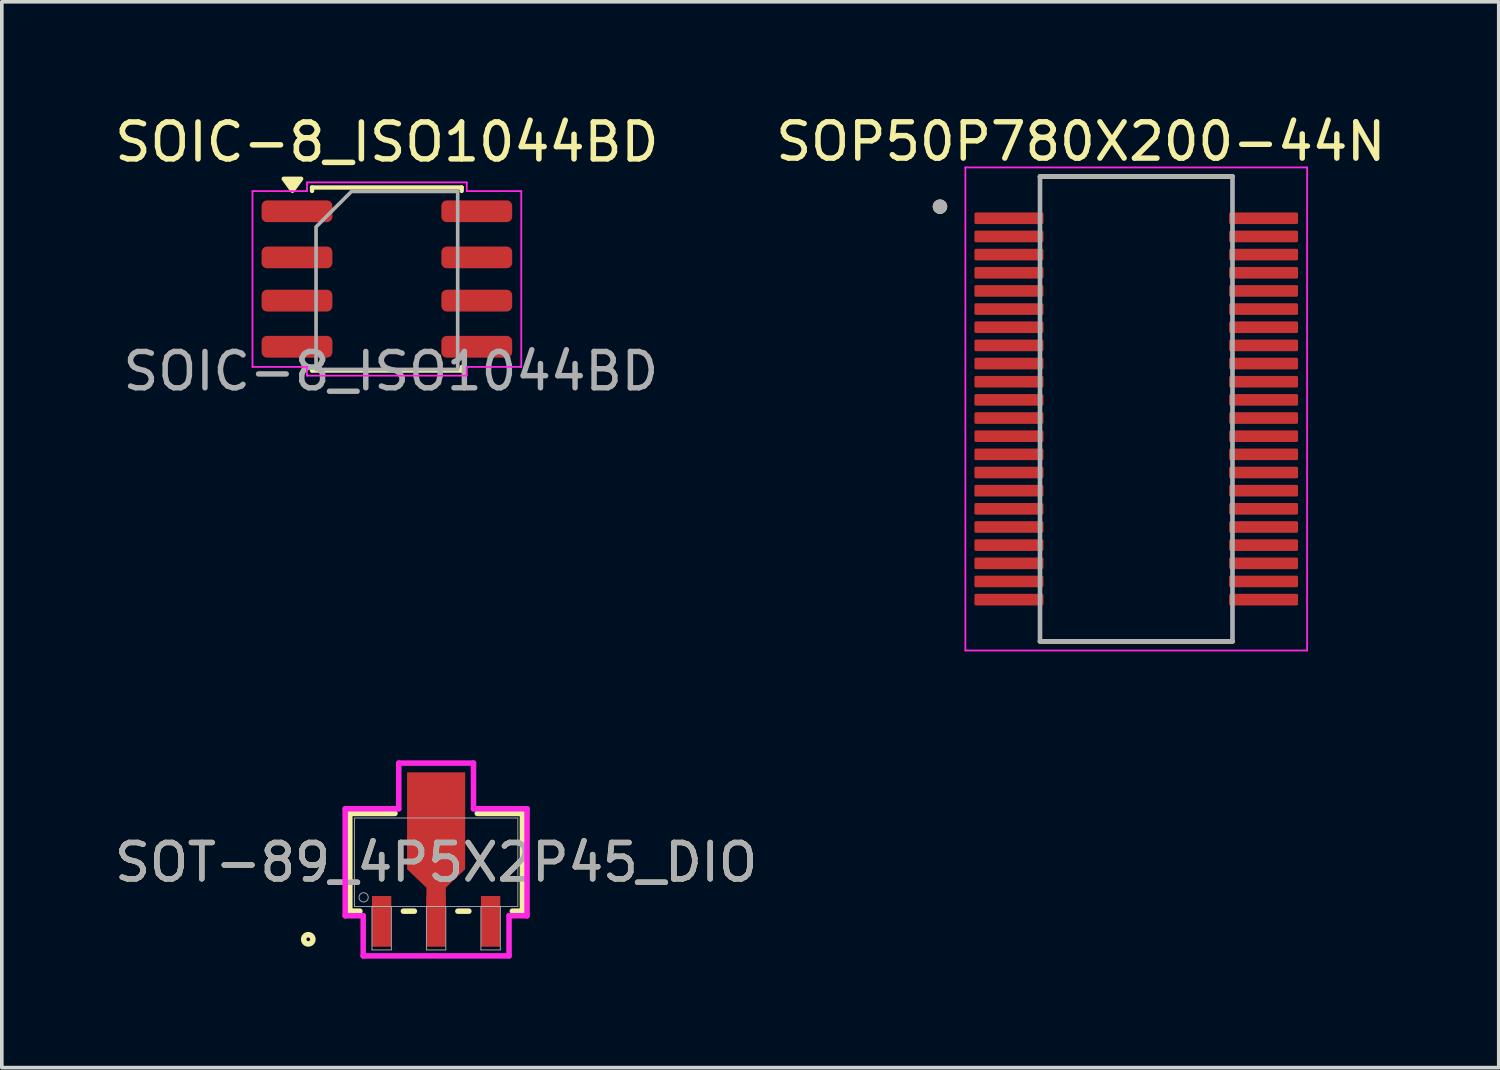
<source format=kicad_pcb>
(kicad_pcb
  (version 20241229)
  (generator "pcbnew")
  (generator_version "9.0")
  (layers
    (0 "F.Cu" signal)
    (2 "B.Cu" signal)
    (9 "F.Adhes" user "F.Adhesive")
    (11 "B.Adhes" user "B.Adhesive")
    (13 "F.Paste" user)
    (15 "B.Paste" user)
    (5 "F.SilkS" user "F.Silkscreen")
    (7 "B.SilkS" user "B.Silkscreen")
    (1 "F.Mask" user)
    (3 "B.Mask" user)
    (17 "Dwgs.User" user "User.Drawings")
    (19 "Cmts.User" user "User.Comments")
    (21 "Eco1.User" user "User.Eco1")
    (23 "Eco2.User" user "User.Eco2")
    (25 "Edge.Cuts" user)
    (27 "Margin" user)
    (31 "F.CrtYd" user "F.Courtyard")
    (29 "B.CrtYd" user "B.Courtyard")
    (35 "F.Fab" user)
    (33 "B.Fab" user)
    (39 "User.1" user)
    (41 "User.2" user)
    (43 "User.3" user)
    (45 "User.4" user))
  (footprint "SOIC-8_ISO1044BD"
    (layer "F.Cu")
    (at 7.602 4.672)
    (property "Reference" "SOIC-8_ISO1044BD" (at 0 -3.81 0) (unlocked yes) (layer "F.SilkS") (effects (font (size 1.016 1.016) (thickness 0.152))))
    (attr smd)
    (fp_line (start -2.06 -2.56) (end 2.06 -2.56) (stroke (width 0.12) (type solid)) (layer "F.SilkS"))
    (fp_line (start -2.06 -2.465) (end -2.06 -2.56) (stroke (width 0.12) (type solid)) (layer "F.SilkS"))
    (fp_line (start -2.06 2.48) (end -2.06 2.385) (stroke (width 0.12) (type solid)) (layer "F.SilkS"))
    (fp_line (start 2.06 -2.56) (end 2.06 -2.465) (stroke (width 0.12) (type solid)) (layer "F.SilkS"))
    (fp_line (start 2.06 2.385) (end 2.06 2.48) (stroke (width 0.12) (type solid)) (layer "F.SilkS"))
    (fp_line (start 2.06 2.48) (end -2.06 2.48) (stroke (width 0.12) (type solid)) (layer "F.SilkS"))
    (fp_poly (pts (xy -2.6 -2.47) (xy -2.84 -2.8) (xy -2.36 -2.8)) (stroke (width 0.12) (type solid)) (fill yes) (layer "F.SilkS"))
    (fp_line (start -3.7 -2.46) (end -2.2 -2.46) (stroke (width 0.05) (type solid)) (layer "F.CrtYd"))
    (fp_line (start -3.7 2.38) (end -3.7 -2.46) (stroke (width 0.05) (type solid)) (layer "F.CrtYd"))
    (fp_line (start -2.2 -2.7) (end 2.2 -2.7) (stroke (width 0.05) (type solid)) (layer "F.CrtYd"))
    (fp_line (start -2.2 -2.46) (end -2.2 -2.7) (stroke (width 0.05) (type solid)) (layer "F.CrtYd"))
    (fp_line (start -2.2 2.38) (end -3.7 2.38) (stroke (width 0.05) (type solid)) (layer "F.CrtYd"))
    (fp_line (start -2.2 2.62) (end -2.2 2.38) (stroke (width 0.05) (type solid)) (layer "F.CrtYd"))
    (fp_line (start 2.2 -2.7) (end 2.2 -2.46) (stroke (width 0.05) (type solid)) (layer "F.CrtYd"))
    (fp_line (start 2.2 -2.46) (end 3.7 -2.46) (stroke (width 0.05) (type solid)) (layer "F.CrtYd"))
    (fp_line (start 2.2 2.38) (end 2.2 2.62) (stroke (width 0.05) (type solid)) (layer "F.CrtYd"))
    (fp_line (start 2.2 2.62) (end -2.2 2.62) (stroke (width 0.05) (type solid)) (layer "F.CrtYd"))
    (fp_line (start 3.7 -2.46) (end 3.7 2.38) (stroke (width 0.05) (type solid)) (layer "F.CrtYd"))
    (fp_line (start 3.7 2.38) (end 2.2 2.38) (stroke (width 0.05) (type solid)) (layer "F.CrtYd"))
    (fp_poly (pts (xy -0.975 -2.45) (xy 1.95 -2.45) (xy 1.95 2.45) (xy -1.95 2.45) (xy -1.95 -1.475)) (stroke (width 0.1) (type solid)) (fill no) (layer "F.Fab"))
    (fp_text user "${REFERENCE}" (at 0.11 2.5 0) (unlocked yes) (layer "F.Fab") (effects (font (size 1 1) (thickness 0.15))))
    (pad "1" smd roundrect (at -2.475 -1.905) (size 1.95 0.6) (layers "F.Cu" "F.Mask" "F.Paste") (roundrect_rratio 0.25))
    (pad "2" smd roundrect (at -2.475 -0.635) (size 1.95 0.6) (layers "F.Cu" "F.Mask" "F.Paste") (roundrect_rratio 0.25))
    (pad "3" smd roundrect (at -2.475 0.555) (size 1.95 0.6) (layers "F.Cu" "F.Mask" "F.Paste") (roundrect_rratio 0.25))
    (pad "4" smd roundrect (at -2.475 1.825) (size 1.95 0.6) (layers "F.Cu" "F.Mask" "F.Paste") (roundrect_rratio 0.25))
    (pad "5" smd roundrect (at 2.475 1.825) (size 1.95 0.6) (layers "F.Cu" "F.Mask" "F.Paste") (roundrect_rratio 0.25))
    (pad "6" smd roundrect (at 2.475 0.555) (size 1.95 0.6) (layers "F.Cu" "F.Mask" "F.Paste") (roundrect_rratio 0.25))
    (pad "7" smd roundrect (at 2.475 -0.635) (size 1.95 0.6) (layers "F.Cu" "F.Mask" "F.Paste") (roundrect_rratio 0.25))
    (pad "8" smd roundrect (at 2.475 -1.905) (size 1.95 0.6) (layers "F.Cu" "F.Mask" "F.Paste") (roundrect_rratio 0.25))
    (zone (net_name "") (layers "F.Cu" "B.Cu") (hatch edge 0.5) (connect_pads) (min_thickness 0.25) (filled_areas_thickness no) (keepout (tracks not_allowed) (vias not_allowed) (pads allowed) (copperpour not_allowed) (footprints not_allowed)) (placement (enabled no)) (fill) (polygon (pts (xy 5.824 2.386) (xy 9.634 2.386) (xy 9.634 6.958) (xy 5.824 6.958)))))
  (footprint "SOP50P780X200-44N"
    (layer "F.Cu")
    (at 28.235 8.21)
    (property "Reference" "SOP50P780X200-44N" (at -1.525 -7.362 0) (layer "F.SilkS") (effects (font (size 1 1) (thickness 0.15))))
    (attr smd)
    (fp_line (start -2.65 -6.4) (end 2.65 -6.4) (stroke (width 0.127) (type solid)) (layer "F.SilkS"))
    (fp_line (start -2.65 6.4) (end 2.65 6.4) (stroke (width 0.127) (type solid)) (layer "F.SilkS"))
    (fp_circle (center -5.405 -5.57) (end -5.305 -5.57) (stroke (width 0.2) (type solid)) (fill no) (layer "F.SilkS"))
    (fp_line (start -4.705 -6.65) (end -4.705 6.65) (stroke (width 0.05) (type solid)) (layer "F.CrtYd"))
    (fp_line (start -4.705 -6.65) (end 4.705 -6.65) (stroke (width 0.05) (type solid)) (layer "F.CrtYd"))
    (fp_line (start -4.705 6.65) (end 4.705 6.65) (stroke (width 0.05) (type solid)) (layer "F.CrtYd"))
    (fp_line (start 4.705 -6.65) (end 4.705 6.65) (stroke (width 0.05) (type solid)) (layer "F.CrtYd"))
    (fp_line (start -2.65 -6.4) (end -2.65 6.4) (stroke (width 0.127) (type solid)) (layer "F.Fab"))
    (fp_line (start -2.65 -6.4) (end 2.65 -6.4) (stroke (width 0.127) (type solid)) (layer "F.Fab"))
    (fp_line (start -2.65 6.4) (end 2.65 6.4) (stroke (width 0.127) (type solid)) (layer "F.Fab"))
    (fp_line (start 2.65 -6.4) (end 2.65 6.4) (stroke (width 0.127) (type solid)) (layer "F.Fab"))
    (fp_circle (center -5.405 -5.57) (end -5.305 -5.57) (stroke (width 0.2) (type solid)) (fill no) (layer "F.Fab"))
    (pad "1" smd roundrect (at -3.505 -5.25) (size 1.9 0.32) (layers "F.Cu" "F.Mask" "F.Paste") (roundrect_rratio 0.125))
    (pad "2" smd roundrect (at -3.505 -4.75) (size 1.9 0.32) (layers "F.Cu" "F.Mask" "F.Paste") (roundrect_rratio 0.125))
    (pad "3" smd roundrect (at -3.505 -4.25) (size 1.9 0.32) (layers "F.Cu" "F.Mask" "F.Paste") (roundrect_rratio 0.125))
    (pad "4" smd roundrect (at -3.505 -3.75) (size 1.9 0.32) (layers "F.Cu" "F.Mask" "F.Paste") (roundrect_rratio 0.125))
    (pad "5" smd roundrect (at -3.505 -3.25) (size 1.9 0.32) (layers "F.Cu" "F.Mask" "F.Paste") (roundrect_rratio 0.125))
    (pad "6" smd roundrect (at -3.505 -2.75) (size 1.9 0.32) (layers "F.Cu" "F.Mask" "F.Paste") (roundrect_rratio 0.125))
    (pad "7" smd roundrect (at -3.505 -2.25) (size 1.9 0.32) (layers "F.Cu" "F.Mask" "F.Paste") (roundrect_rratio 0.125))
    (pad "8" smd roundrect (at -3.505 -1.75) (size 1.9 0.32) (layers "F.Cu" "F.Mask" "F.Paste") (roundrect_rratio 0.125))
    (pad "9" smd roundrect (at -3.505 -1.25) (size 1.9 0.32) (layers "F.Cu" "F.Mask" "F.Paste") (roundrect_rratio 0.125))
    (pad "10" smd roundrect (at -3.505 -0.75) (size 1.9 0.32) (layers "F.Cu" "F.Mask" "F.Paste") (roundrect_rratio 0.125))
    (pad "11" smd roundrect (at -3.505 -0.25) (size 1.9 0.32) (layers "F.Cu" "F.Mask" "F.Paste") (roundrect_rratio 0.125))
    (pad "12" smd roundrect (at -3.505 0.25) (size 1.9 0.32) (layers "F.Cu" "F.Mask" "F.Paste") (roundrect_rratio 0.125))
    (pad "13" smd roundrect (at -3.505 0.75) (size 1.9 0.32) (layers "F.Cu" "F.Mask" "F.Paste") (roundrect_rratio 0.125))
    (pad "14" smd roundrect (at -3.505 1.25) (size 1.9 0.32) (layers "F.Cu" "F.Mask" "F.Paste") (roundrect_rratio 0.125))
    (pad "15" smd roundrect (at -3.505 1.75) (size 1.9 0.32) (layers "F.Cu" "F.Mask" "F.Paste") (roundrect_rratio 0.125))
    (pad "16" smd roundrect (at -3.505 2.25) (size 1.9 0.32) (layers "F.Cu" "F.Mask" "F.Paste") (roundrect_rratio 0.125))
    (pad "17" smd roundrect (at -3.505 2.75) (size 1.9 0.32) (layers "F.Cu" "F.Mask" "F.Paste") (roundrect_rratio 0.125))
    (pad "18" smd roundrect (at -3.505 3.25) (size 1.9 0.32) (layers "F.Cu" "F.Mask" "F.Paste") (roundrect_rratio 0.125))
    (pad "19" smd roundrect (at -3.505 3.75) (size 1.9 0.32) (layers "F.Cu" "F.Mask" "F.Paste") (roundrect_rratio 0.125))
    (pad "20" smd roundrect (at -3.505 4.25) (size 1.9 0.32) (layers "F.Cu" "F.Mask" "F.Paste") (roundrect_rratio 0.125))
    (pad "21" smd roundrect (at -3.505 4.75) (size 1.9 0.32) (layers "F.Cu" "F.Mask" "F.Paste") (roundrect_rratio 0.125))
    (pad "22" smd roundrect (at -3.505 5.25) (size 1.9 0.32) (layers "F.Cu" "F.Mask" "F.Paste") (roundrect_rratio 0.125))
    (pad "23" smd roundrect (at 3.505 5.25) (size 1.9 0.32) (layers "F.Cu" "F.Mask" "F.Paste") (roundrect_rratio 0.125))
    (pad "24" smd roundrect (at 3.505 4.75) (size 1.9 0.32) (layers "F.Cu" "F.Mask" "F.Paste") (roundrect_rratio 0.125))
    (pad "25" smd roundrect (at 3.505 4.25) (size 1.9 0.32) (layers "F.Cu" "F.Mask" "F.Paste") (roundrect_rratio 0.125))
    (pad "26" smd roundrect (at 3.505 3.75) (size 1.9 0.32) (layers "F.Cu" "F.Mask" "F.Paste") (roundrect_rratio 0.125))
    (pad "27" smd roundrect (at 3.505 3.25) (size 1.9 0.32) (layers "F.Cu" "F.Mask" "F.Paste") (roundrect_rratio 0.125))
    (pad "28" smd roundrect (at 3.505 2.75) (size 1.9 0.32) (layers "F.Cu" "F.Mask" "F.Paste") (roundrect_rratio 0.125))
    (pad "29" smd roundrect (at 3.505 2.25) (size 1.9 0.32) (layers "F.Cu" "F.Mask" "F.Paste") (roundrect_rratio 0.125))
    (pad "30" smd roundrect (at 3.505 1.75) (size 1.9 0.32) (layers "F.Cu" "F.Mask" "F.Paste") (roundrect_rratio 0.125))
    (pad "31" smd roundrect (at 3.505 1.25) (size 1.9 0.32) (layers "F.Cu" "F.Mask" "F.Paste") (roundrect_rratio 0.125))
    (pad "32" smd roundrect (at 3.505 0.75) (size 1.9 0.32) (layers "F.Cu" "F.Mask" "F.Paste") (roundrect_rratio 0.125))
    (pad "33" smd roundrect (at 3.505 0.25) (size 1.9 0.32) (layers "F.Cu" "F.Mask" "F.Paste") (roundrect_rratio 0.125))
    (pad "34" smd roundrect (at 3.505 -0.25) (size 1.9 0.32) (layers "F.Cu" "F.Mask" "F.Paste") (roundrect_rratio 0.125))
    (pad "35" smd roundrect (at 3.505 -0.75) (size 1.9 0.32) (layers "F.Cu" "F.Mask" "F.Paste") (roundrect_rratio 0.125))
    (pad "36" smd roundrect (at 3.505 -1.25) (size 1.9 0.32) (layers "F.Cu" "F.Mask" "F.Paste") (roundrect_rratio 0.125))
    (pad "37" smd roundrect (at 3.505 -1.75) (size 1.9 0.32) (layers "F.Cu" "F.Mask" "F.Paste") (roundrect_rratio 0.125))
    (pad "38" smd roundrect (at 3.505 -2.25) (size 1.9 0.32) (layers "F.Cu" "F.Mask" "F.Paste") (roundrect_rratio 0.125))
    (pad "39" smd roundrect (at 3.505 -2.75) (size 1.9 0.32) (layers "F.Cu" "F.Mask" "F.Paste") (roundrect_rratio 0.125))
    (pad "40" smd roundrect (at 3.505 -3.25) (size 1.9 0.32) (layers "F.Cu" "F.Mask" "F.Paste") (roundrect_rratio 0.125))
    (pad "41" smd roundrect (at 3.505 -3.75) (size 1.9 0.32) (layers "F.Cu" "F.Mask" "F.Paste") (roundrect_rratio 0.125))
    (pad "42" smd roundrect (at 3.505 -4.25) (size 1.9 0.32) (layers "F.Cu" "F.Mask" "F.Paste") (roundrect_rratio 0.125))
    (pad "43" smd roundrect (at 3.505 -4.75) (size 1.9 0.32) (layers "F.Cu" "F.Mask" "F.Paste") (roundrect_rratio 0.125))
    (pad "44" smd roundrect (at 3.505 -5.25) (size 1.9 0.32) (layers "F.Cu" "F.Mask" "F.Paste") (roundrect_rratio 0.125)))
  (footprint "SOT-89_4P5X2P45_DIO"
    (layer "F.Cu")
    (at 8.958 20.692)
    (property "Reference" "SOT-89_4P5X2P45_DIO" (at 0 0 0) (unlocked yes) (layer "F.SilkS") (effects (font (size 1 1) (thickness 0.15))))
    (attr smd)
    (fp_poly (pts (xy -0.267 1.219) (xy -0.267 0.699) (xy -0.8 0.191) (xy -0.8 -2.477) (xy -0.413 -2.477) (xy 0.413 -2.477) (xy 0.8 -2.477) (xy 0.8 0.191) (xy 0.267 0.699) (xy 0.267 1.219)) (stroke (width 0) (type solid)) (fill yes) (layer "F.Cu"))
    (fp_poly (pts (xy -0.267 1.219) (xy -0.267 0.699) (xy -0.8 0.191) (xy -0.8 -2.477) (xy 0.8 -2.477) (xy 0.8 0.191) (xy 0.267 0.699) (xy 0.267 1.219)) (stroke (width 0) (type solid)) (fill yes) (layer "F.Mask"))
    (fp_line (start -2.377 -1.346) (end -2.377 1.346) (stroke (width 0.152) (type solid)) (layer "F.SilkS"))
    (fp_line (start -2.377 1.346) (end -2.099 1.346) (stroke (width 0.152) (type solid)) (layer "F.SilkS"))
    (fp_line (start -1.133 -1.346) (end -2.377 -1.346) (stroke (width 0.152) (type solid)) (layer "F.SilkS"))
    (fp_line (start -0.901 1.346) (end -0.599 1.346) (stroke (width 0.152) (type solid)) (layer "F.SilkS"))
    (fp_line (start 0.599 1.346) (end 0.901 1.346) (stroke (width 0.152) (type solid)) (layer "F.SilkS"))
    (fp_line (start 2.099 1.346) (end 2.377 1.346) (stroke (width 0.152) (type solid)) (layer "F.SilkS"))
    (fp_line (start 2.377 -1.346) (end 1.133 -1.346) (stroke (width 0.152) (type solid)) (layer "F.SilkS"))
    (fp_line (start 2.377 1.346) (end 2.377 -1.346) (stroke (width 0.152) (type solid)) (layer "F.SilkS"))
    (fp_circle (center -3.52 2.121) (end -3.393 2.121) (stroke (width 0.152) (type solid)) (fill no) (layer "F.SilkS"))
    (fp_poly (pts (xy -0.267 1.219) (xy -0.267 0.699) (xy -0.8 0.191) (xy -0.8 -2.477) (xy 0.8 -2.477) (xy 0.8 0.191) (xy 0.267 0.699) (xy 0.267 1.219)) (stroke (width 0) (type solid)) (fill yes) (layer "F.Paste"))
    (fp_line (start -2.504 -1.473) (end -1.029 -1.473) (stroke (width 0.152) (type solid)) (layer "F.CrtYd"))
    (fp_line (start -2.504 1.473) (end -2.504 -1.473) (stroke (width 0.152) (type solid)) (layer "F.CrtYd"))
    (fp_line (start -2.008 1.473) (end -2.504 1.473) (stroke (width 0.152) (type solid)) (layer "F.CrtYd"))
    (fp_line (start -2.008 2.578) (end -2.008 1.473) (stroke (width 0.152) (type solid)) (layer "F.CrtYd"))
    (fp_line (start -1.029 -2.731) (end 1.029 -2.731) (stroke (width 0.152) (type solid)) (layer "F.CrtYd"))
    (fp_line (start -1.029 -1.473) (end -1.029 -2.731) (stroke (width 0.152) (type solid)) (layer "F.CrtYd"))
    (fp_line (start 1.029 -2.731) (end 1.029 -1.473) (stroke (width 0.152) (type solid)) (layer "F.CrtYd"))
    (fp_line (start 1.029 -1.473) (end 2.504 -1.473) (stroke (width 0.152) (type solid)) (layer "F.CrtYd"))
    (fp_line (start 2.008 1.473) (end 2.008 2.578) (stroke (width 0.152) (type solid)) (layer "F.CrtYd"))
    (fp_line (start 2.008 2.578) (end -2.008 2.578) (stroke (width 0.152) (type solid)) (layer "F.CrtYd"))
    (fp_line (start 2.504 -1.473) (end 2.504 1.473) (stroke (width 0.152) (type solid)) (layer "F.CrtYd"))
    (fp_line (start 2.504 1.473) (end 2.008 1.473) (stroke (width 0.152) (type solid)) (layer "F.CrtYd"))
    (fp_line (start -2.25 -1.219) (end -2.25 1.219) (stroke (width 0.025) (type solid)) (layer "F.Fab"))
    (fp_line (start -2.25 1.219) (end 2.25 1.219) (stroke (width 0.025) (type solid)) (layer "F.Fab"))
    (fp_line (start -1.767 1.219) (end -1.767 2.413) (stroke (width 0.025) (type solid)) (layer "F.Fab"))
    (fp_line (start -1.767 2.413) (end -1.233 2.413) (stroke (width 0.025) (type solid)) (layer "F.Fab"))
    (fp_line (start -1.233 1.219) (end -1.767 1.219) (stroke (width 0.025) (type solid)) (layer "F.Fab"))
    (fp_line (start -1.233 2.413) (end -1.233 1.219) (stroke (width 0.025) (type solid)) (layer "F.Fab"))
    (fp_line (start -0.267 1.219) (end -0.267 2.413) (stroke (width 0.025) (type solid)) (layer "F.Fab"))
    (fp_line (start -0.267 2.413) (end 0.267 2.413) (stroke (width 0.025) (type solid)) (layer "F.Fab"))
    (fp_line (start 0.267 1.219) (end -0.267 1.219) (stroke (width 0.025) (type solid)) (layer "F.Fab"))
    (fp_line (start 0.267 2.413) (end 0.267 1.219) (stroke (width 0.025) (type solid)) (layer "F.Fab"))
    (fp_line (start 1.233 1.219) (end 1.233 2.413) (stroke (width 0.025) (type solid)) (layer "F.Fab"))
    (fp_line (start 1.233 2.413) (end 1.767 2.413) (stroke (width 0.025) (type solid)) (layer "F.Fab"))
    (fp_line (start 1.767 1.219) (end 1.233 1.219) (stroke (width 0.025) (type solid)) (layer "F.Fab"))
    (fp_line (start 1.767 2.413) (end 1.767 1.219) (stroke (width 0.025) (type solid)) (layer "F.Fab"))
    (fp_line (start 2.25 -1.219) (end -2.25 -1.219) (stroke (width 0.025) (type solid)) (layer "F.Fab"))
    (fp_line (start 2.25 1.219) (end 2.25 -1.219) (stroke (width 0.025) (type solid)) (layer "F.Fab"))
    (fp_circle (center -1.996 0.965) (end -1.869 0.965) (stroke (width 0.025) (type solid)) (fill no) (layer "F.Fab"))
    (fp_text user "${REFERENCE}" (at 0 0 0) (unlocked yes) (layer "F.Fab") (effects (font (size 1 1) (thickness 0.15))))
    (pad "1" smd rect (at -1.5 1.626) (size 0.533 1.397) (layers "F.Cu" "F.Mask" "F.Paste"))
    (pad "2" smd rect (at 0 1.626) (size 0.533 1.397) (layers "F.Cu" "F.Mask" "F.Paste"))
    (pad "3" smd rect (at 1.5 1.626) (size 0.533 1.397) (layers "F.Cu" "F.Mask" "F.Paste")))
  (gr_rect
    (start -3 -3)
    (end 38.216 26.346)
    (stroke (width 0.1) (type default))
    (fill no)
    (layer "Edge.Cuts")))
</source>
